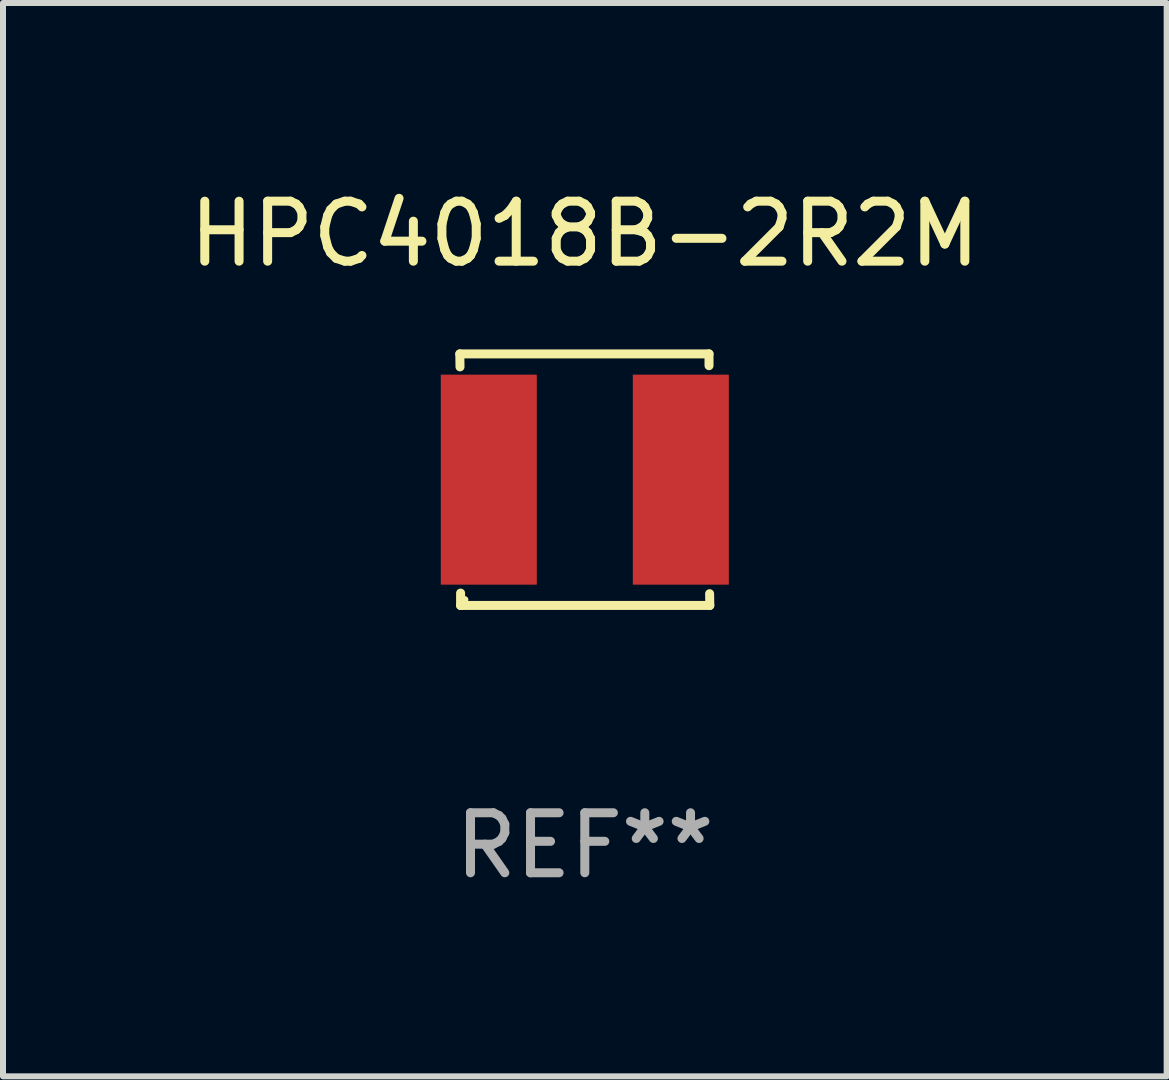
<source format=kicad_pcb>
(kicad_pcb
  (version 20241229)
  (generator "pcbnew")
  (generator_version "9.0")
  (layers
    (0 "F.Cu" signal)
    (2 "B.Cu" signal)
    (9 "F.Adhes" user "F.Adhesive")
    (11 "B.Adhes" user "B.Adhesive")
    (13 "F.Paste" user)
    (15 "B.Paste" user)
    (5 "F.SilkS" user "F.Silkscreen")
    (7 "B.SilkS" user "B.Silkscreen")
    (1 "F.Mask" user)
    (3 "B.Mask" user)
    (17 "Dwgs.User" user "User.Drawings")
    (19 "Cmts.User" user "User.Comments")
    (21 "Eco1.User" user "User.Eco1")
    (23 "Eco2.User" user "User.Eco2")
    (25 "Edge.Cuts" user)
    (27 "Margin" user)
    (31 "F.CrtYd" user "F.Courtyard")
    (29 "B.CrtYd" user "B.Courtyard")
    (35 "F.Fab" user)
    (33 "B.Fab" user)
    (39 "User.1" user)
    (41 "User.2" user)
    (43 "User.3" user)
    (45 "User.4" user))
  (footprint "HPC4018B-2R2M"
    (layer "F.Cu")
    (at 6.696 4.944)
    (property "Reference" "HPC4018B-2R2M" (at 0 -4.096 0) (layer "F.SilkS") (effects (font (size 1 1) (thickness 0.15))))
    (attr through_hole)
    (fp_line (start -2.083 -2.096) (end -2.08 -1.88) (stroke (width 0.15) (type solid)) (layer "F.SilkS"))
    (fp_line (start -2.07 1.89) (end -2.07 2.096) (stroke (width 0.15) (type solid)) (layer "F.SilkS"))
    (fp_line (start -2.07 2.096) (end 2.083 2.096) (stroke (width 0.15) (type solid)) (layer "F.SilkS"))
    (fp_line (start 2.07 -1.9) (end 2.07 -2.096) (stroke (width 0.15) (type solid)) (layer "F.SilkS"))
    (fp_line (start 2.07 -2.096) (end -2.083 -2.096) (stroke (width 0.15) (type solid)) (layer "F.SilkS"))
    (fp_line (start 2.083 2.096) (end 2.08 1.9) (stroke (width 0.15) (type solid)) (layer "F.SilkS"))
    (fp_circle (center -2 2) (end -1.97 2) (stroke (width 0.06) (type solid)) (fill no) (layer "F.SilkS"))
    (fp_text user "REF**" (at 0 6.096 0) (layer "F.Fab") (effects (font (size 1 1) (thickness 0.15))))
    (pad "1" smd rect (at -1.6 -0.000343) (size 1.6 3.5) (layers "F.Cu" "F.Mask" "F.Paste"))
    (pad "2" smd rect (at 1.6 -0.000343) (size 1.6 3.5) (layers "F.Cu" "F.Mask" "F.Paste")))
  (gr_rect
    (start -3 -3)
    (end 16.393 14.888)
    (stroke (width 0.1) (type default))
    (fill no)
    (layer "Edge.Cuts")))
</source>
